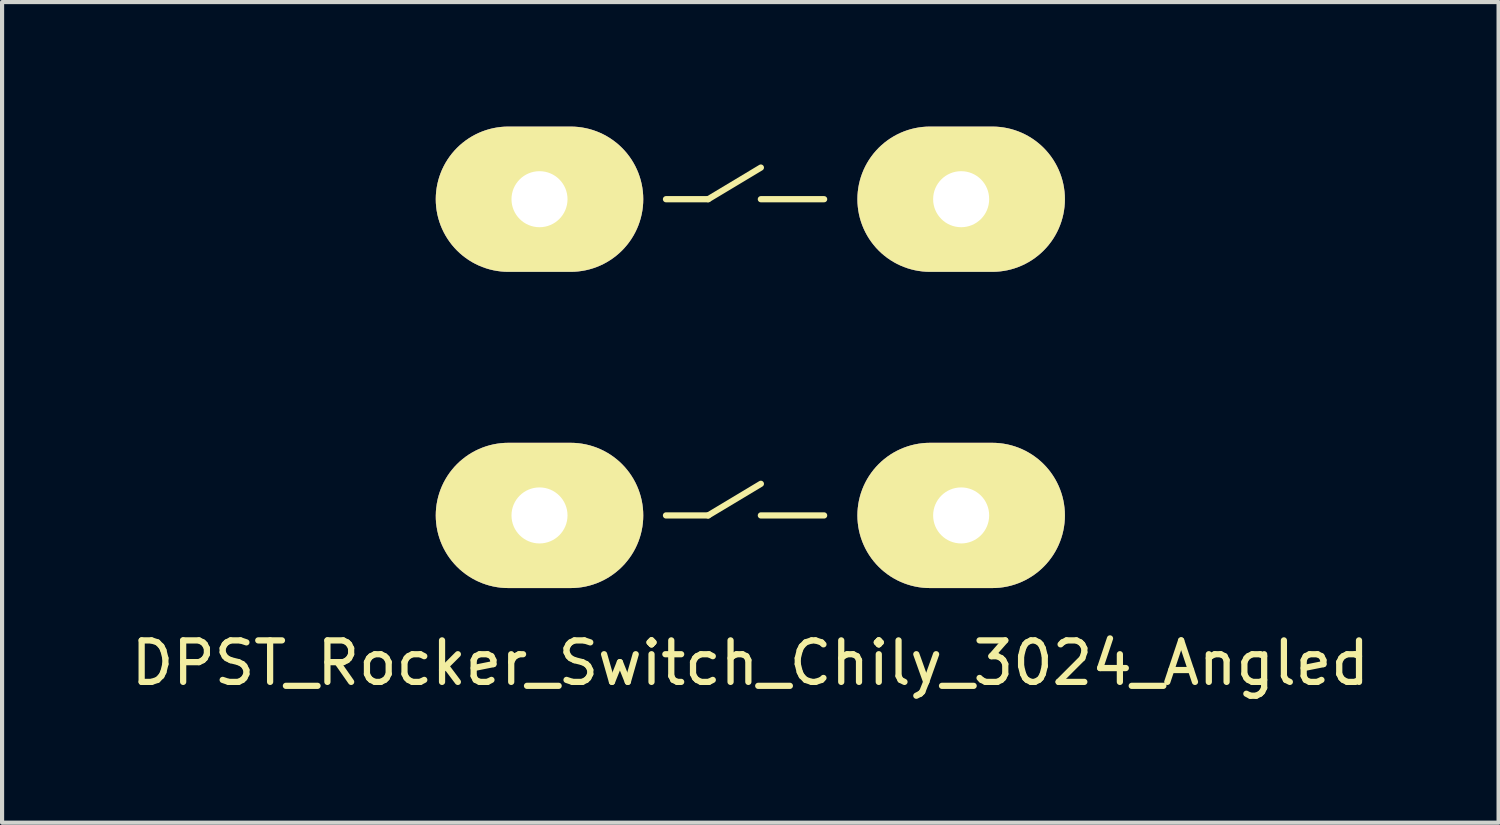
<source format=kicad_pcb>
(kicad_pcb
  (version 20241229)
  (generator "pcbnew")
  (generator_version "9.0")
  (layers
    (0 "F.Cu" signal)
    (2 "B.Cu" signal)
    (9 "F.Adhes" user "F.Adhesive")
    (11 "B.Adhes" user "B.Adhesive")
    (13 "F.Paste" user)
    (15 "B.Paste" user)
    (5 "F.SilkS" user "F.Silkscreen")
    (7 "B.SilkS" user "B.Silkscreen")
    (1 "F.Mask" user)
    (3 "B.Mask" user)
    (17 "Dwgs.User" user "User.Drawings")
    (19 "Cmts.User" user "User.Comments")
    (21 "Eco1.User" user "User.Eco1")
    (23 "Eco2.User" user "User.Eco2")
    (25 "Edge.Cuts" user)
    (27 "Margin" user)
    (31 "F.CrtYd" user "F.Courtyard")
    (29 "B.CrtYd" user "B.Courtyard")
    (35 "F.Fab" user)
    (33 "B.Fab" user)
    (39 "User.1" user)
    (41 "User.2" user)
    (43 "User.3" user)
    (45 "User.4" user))
  (footprint "DPST_Rocker_Switch_Chily_3024_Angled"
    (layer "F.Cu")
    (at 15.03 9.37)
    (property "Reference" "DPST_Rocker_Switch_Chily_3024_Angled" (at 0 3.556 0) (layer "F.SilkS") (effects (font (size 1 1) (thickness 0.15))))
    (attr through_hole)
    (fp_line (start -2.032 -7.62) (end -1.016 -7.62) (stroke (width 0.15) (type solid)) (layer "F.SilkS"))
    (fp_line (start -2.032 0) (end -1.016 0) (stroke (width 0.15) (type solid)) (layer "F.SilkS"))
    (fp_line (start -1.016 -7.62) (end 0.254 -8.382) (stroke (width 0.15) (type solid)) (layer "F.SilkS"))
    (fp_line (start -1.016 0) (end 0.254 -0.762) (stroke (width 0.15) (type solid)) (layer "F.SilkS"))
    (fp_line (start 0.254 -7.62) (end 1.778 -7.62) (stroke (width 0.15) (type solid)) (layer "F.SilkS"))
    (fp_line (start 0.254 0) (end 1.778 0) (stroke (width 0.15) (type solid)) (layer "F.SilkS"))
    (pad "1" thru_hole oval (at -5.08 0) (size 5 3.5) (drill 1.35) (layers "*.Cu" "*.Mask" "F.SilkS"))
    (pad "2" thru_hole oval (at 5.08 0) (size 5 3.5) (drill 1.35) (layers "*.Cu" "*.Mask" "F.SilkS"))
    (pad "3" thru_hole oval (at -5.08 -7.62) (size 5 3.5) (drill 1.35) (layers "*.Cu" "*.Mask" "F.SilkS"))
    (pad "4" thru_hole oval (at 5.08 -7.62) (size 5 3.5) (drill 1.35) (layers "*.Cu" "*.Mask" "F.SilkS")))
  (gr_rect
    (start -3 -3)
    (end 33.06 16.774)
    (stroke (width 0.1) (type default))
    (fill no)
    (layer "Edge.Cuts")))
</source>
